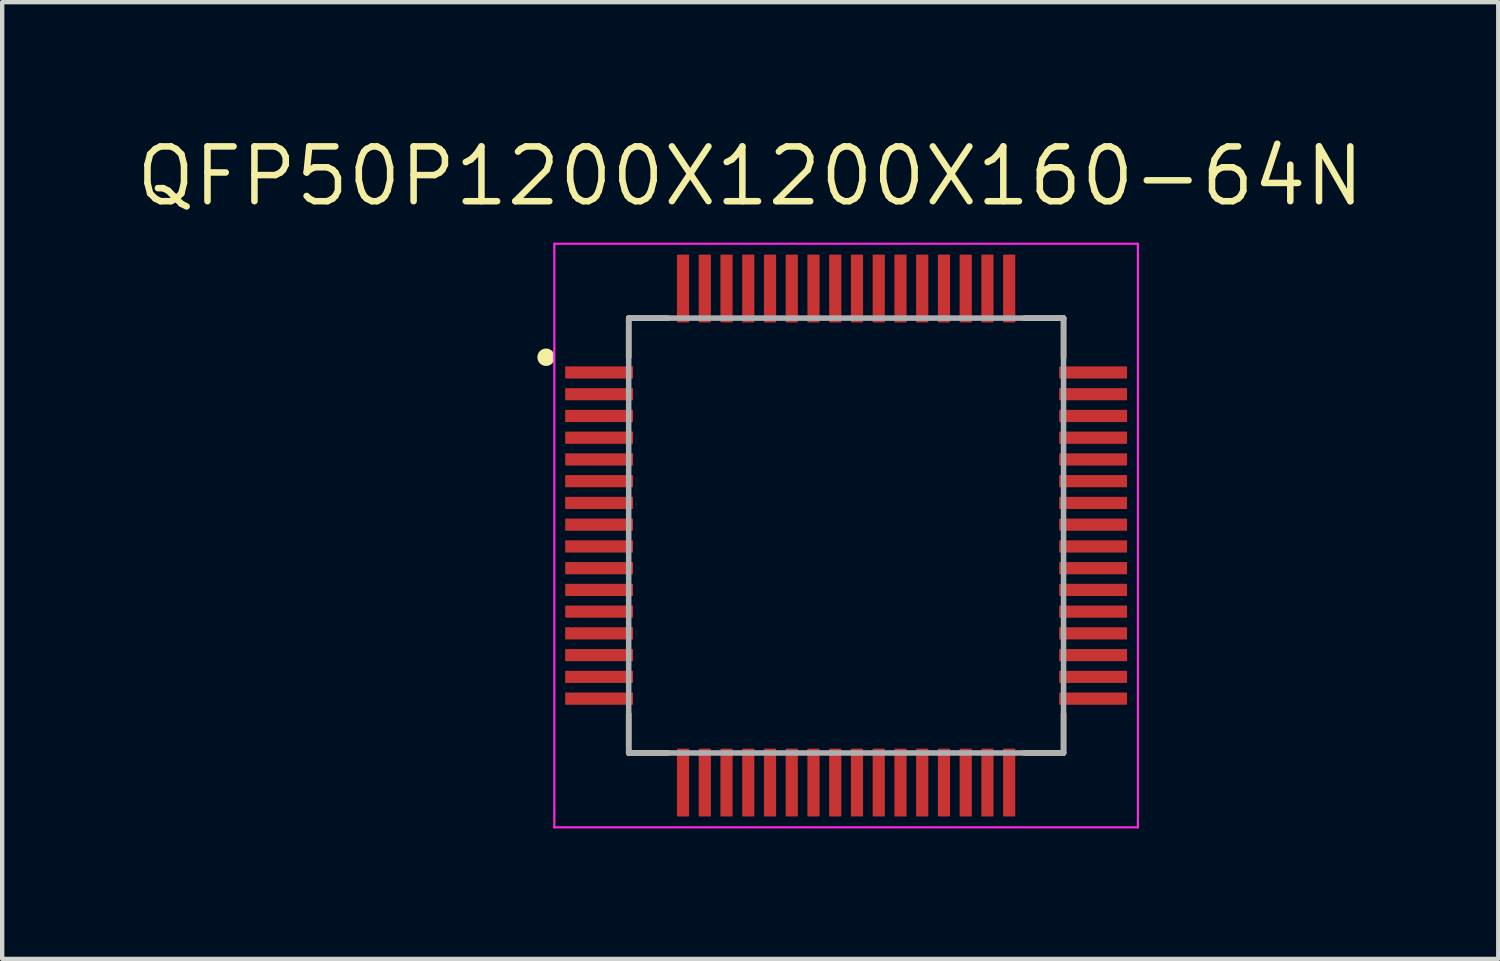
<source format=kicad_pcb>
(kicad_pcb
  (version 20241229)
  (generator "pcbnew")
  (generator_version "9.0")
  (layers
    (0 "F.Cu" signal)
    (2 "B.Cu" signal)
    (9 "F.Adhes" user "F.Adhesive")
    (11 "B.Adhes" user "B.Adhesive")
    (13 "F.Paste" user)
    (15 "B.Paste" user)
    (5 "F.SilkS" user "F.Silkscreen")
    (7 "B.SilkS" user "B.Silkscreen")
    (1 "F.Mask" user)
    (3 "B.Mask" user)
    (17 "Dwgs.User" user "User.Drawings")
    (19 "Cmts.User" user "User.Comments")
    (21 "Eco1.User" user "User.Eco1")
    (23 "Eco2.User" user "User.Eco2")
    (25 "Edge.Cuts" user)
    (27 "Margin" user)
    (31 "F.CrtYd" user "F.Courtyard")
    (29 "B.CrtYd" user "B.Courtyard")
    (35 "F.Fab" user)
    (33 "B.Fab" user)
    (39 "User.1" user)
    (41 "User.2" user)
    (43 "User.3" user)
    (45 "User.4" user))
  (footprint "QFP50P1200X1200X160-64N"
    (layer "F.Cu")
    (at 16.407 9.265)
    (property "Reference" "QFP50P1200X1200X160-64N" (at -2.206 -8.264 0) (layer "F.SilkS") (effects (font (size 1.26 1.26) (thickness 0.15))))
    (attr through_hole)
    (fp_line (start -5 -5) (end -4.1 -5) (stroke (width 0.127) (type solid)) (layer "F.SilkS"))
    (fp_line (start -5 -4.1) (end -5 -5) (stroke (width 0.127) (type solid)) (layer "F.SilkS"))
    (fp_line (start -5 4.1) (end -5 5) (stroke (width 0.127) (type solid)) (layer "F.SilkS"))
    (fp_line (start -5 5) (end -4.1 5) (stroke (width 0.127) (type solid)) (layer "F.SilkS"))
    (fp_line (start 4.1 -5) (end 5 -5) (stroke (width 0.127) (type solid)) (layer "F.SilkS"))
    (fp_line (start 5 -5) (end 5 -4.1) (stroke (width 0.127) (type solid)) (layer "F.SilkS"))
    (fp_line (start 5 4.1) (end 5 5) (stroke (width 0.127) (type solid)) (layer "F.SilkS"))
    (fp_line (start 5 5) (end 4.1 5) (stroke (width 0.127) (type solid)) (layer "F.SilkS"))
    (fp_circle (center -6.9 -4.1) (end -6.8 -4.1) (stroke (width 0.2) (type solid)) (fill no) (layer "F.SilkS"))
    (fp_line (start -6.71 -6.71) (end 6.71 -6.71) (stroke (width 0.05) (type solid)) (layer "F.CrtYd"))
    (fp_line (start -6.71 6.71) (end -6.71 -6.71) (stroke (width 0.05) (type solid)) (layer "F.CrtYd"))
    (fp_line (start 6.71 -6.71) (end 6.71 6.71) (stroke (width 0.05) (type solid)) (layer "F.CrtYd"))
    (fp_line (start 6.71 6.71) (end -6.71 6.71) (stroke (width 0.05) (type solid)) (layer "F.CrtYd"))
    (fp_line (start -5 -5) (end -5 5) (stroke (width 0.127) (type solid)) (layer "F.Fab"))
    (fp_line (start -5 5) (end 5 5) (stroke (width 0.127) (type solid)) (layer "F.Fab"))
    (fp_line (start 5 -5) (end -5 -5) (stroke (width 0.127) (type solid)) (layer "F.Fab"))
    (fp_line (start 5 5) (end 5 -5) (stroke (width 0.127) (type solid)) (layer "F.Fab"))
    (pad "1" smd roundrect (at -5.68 -3.75) (size 1.56 0.28) (layers "F.Cu" "F.Mask" "F.Paste") (roundrect_rratio 0.04))
    (pad "2" smd roundrect (at -5.68 -3.25) (size 1.56 0.28) (layers "F.Cu" "F.Mask" "F.Paste") (roundrect_rratio 0.04))
    (pad "3" smd roundrect (at -5.68 -2.75) (size 1.56 0.28) (layers "F.Cu" "F.Mask" "F.Paste") (roundrect_rratio 0.04))
    (pad "4" smd roundrect (at -5.68 -2.25) (size 1.56 0.28) (layers "F.Cu" "F.Mask" "F.Paste") (roundrect_rratio 0.04))
    (pad "5" smd roundrect (at -5.68 -1.75) (size 1.56 0.28) (layers "F.Cu" "F.Mask" "F.Paste") (roundrect_rratio 0.04))
    (pad "6" smd roundrect (at -5.68 -1.25) (size 1.56 0.28) (layers "F.Cu" "F.Mask" "F.Paste") (roundrect_rratio 0.04))
    (pad "7" smd roundrect (at -5.68 -0.75) (size 1.56 0.28) (layers "F.Cu" "F.Mask" "F.Paste") (roundrect_rratio 0.04))
    (pad "8" smd roundrect (at -5.68 -0.25) (size 1.56 0.28) (layers "F.Cu" "F.Mask" "F.Paste") (roundrect_rratio 0.04))
    (pad "9" smd roundrect (at -5.68 0.25) (size 1.56 0.28) (layers "F.Cu" "F.Mask" "F.Paste") (roundrect_rratio 0.04))
    (pad "10" smd roundrect (at -5.68 0.75) (size 1.56 0.28) (layers "F.Cu" "F.Mask" "F.Paste") (roundrect_rratio 0.04))
    (pad "11" smd roundrect (at -5.68 1.25) (size 1.56 0.28) (layers "F.Cu" "F.Mask" "F.Paste") (roundrect_rratio 0.04))
    (pad "12" smd roundrect (at -5.68 1.75) (size 1.56 0.28) (layers "F.Cu" "F.Mask" "F.Paste") (roundrect_rratio 0.04))
    (pad "13" smd roundrect (at -5.68 2.25) (size 1.56 0.28) (layers "F.Cu" "F.Mask" "F.Paste") (roundrect_rratio 0.04))
    (pad "14" smd roundrect (at -5.68 2.75) (size 1.56 0.28) (layers "F.Cu" "F.Mask" "F.Paste") (roundrect_rratio 0.04))
    (pad "15" smd roundrect (at -5.68 3.25) (size 1.56 0.28) (layers "F.Cu" "F.Mask" "F.Paste") (roundrect_rratio 0.04))
    (pad "16" smd roundrect (at -5.68 3.75) (size 1.56 0.28) (layers "F.Cu" "F.Mask" "F.Paste") (roundrect_rratio 0.04))
    (pad "17" smd roundrect (at -3.75 5.68 90) (size 1.56 0.28) (layers "F.Cu" "F.Mask" "F.Paste") (roundrect_rratio 0.04))
    (pad "18" smd roundrect (at -3.25 5.68 90) (size 1.56 0.28) (layers "F.Cu" "F.Mask" "F.Paste") (roundrect_rratio 0.04))
    (pad "19" smd roundrect (at -2.75 5.68 90) (size 1.56 0.28) (layers "F.Cu" "F.Mask" "F.Paste") (roundrect_rratio 0.04))
    (pad "20" smd roundrect (at -2.25 5.68 90) (size 1.56 0.28) (layers "F.Cu" "F.Mask" "F.Paste") (roundrect_rratio 0.04))
    (pad "21" smd roundrect (at -1.75 5.68 90) (size 1.56 0.28) (layers "F.Cu" "F.Mask" "F.Paste") (roundrect_rratio 0.04))
    (pad "22" smd roundrect (at -1.25 5.68 90) (size 1.56 0.28) (layers "F.Cu" "F.Mask" "F.Paste") (roundrect_rratio 0.04))
    (pad "23" smd roundrect (at -0.75 5.68 90) (size 1.56 0.28) (layers "F.Cu" "F.Mask" "F.Paste") (roundrect_rratio 0.04))
    (pad "24" smd roundrect (at -0.25 5.68 90) (size 1.56 0.28) (layers "F.Cu" "F.Mask" "F.Paste") (roundrect_rratio 0.04))
    (pad "25" smd roundrect (at 0.25 5.68 90) (size 1.56 0.28) (layers "F.Cu" "F.Mask" "F.Paste") (roundrect_rratio 0.04))
    (pad "26" smd roundrect (at 0.75 5.68 90) (size 1.56 0.28) (layers "F.Cu" "F.Mask" "F.Paste") (roundrect_rratio 0.04))
    (pad "27" smd roundrect (at 1.25 5.68 90) (size 1.56 0.28) (layers "F.Cu" "F.Mask" "F.Paste") (roundrect_rratio 0.04))
    (pad "28" smd roundrect (at 1.75 5.68 90) (size 1.56 0.28) (layers "F.Cu" "F.Mask" "F.Paste") (roundrect_rratio 0.04))
    (pad "29" smd roundrect (at 2.25 5.68 90) (size 1.56 0.28) (layers "F.Cu" "F.Mask" "F.Paste") (roundrect_rratio 0.04))
    (pad "30" smd roundrect (at 2.75 5.68 90) (size 1.56 0.28) (layers "F.Cu" "F.Mask" "F.Paste") (roundrect_rratio 0.04))
    (pad "31" smd roundrect (at 3.25 5.68 90) (size 1.56 0.28) (layers "F.Cu" "F.Mask" "F.Paste") (roundrect_rratio 0.04))
    (pad "32" smd roundrect (at 3.75 5.68 90) (size 1.56 0.28) (layers "F.Cu" "F.Mask" "F.Paste") (roundrect_rratio 0.04))
    (pad "33" smd roundrect (at 5.68 3.75 180) (size 1.56 0.28) (layers "F.Cu" "F.Mask" "F.Paste") (roundrect_rratio 0.04))
    (pad "34" smd roundrect (at 5.68 3.25 180) (size 1.56 0.28) (layers "F.Cu" "F.Mask" "F.Paste") (roundrect_rratio 0.04))
    (pad "35" smd roundrect (at 5.68 2.75 180) (size 1.56 0.28) (layers "F.Cu" "F.Mask" "F.Paste") (roundrect_rratio 0.04))
    (pad "36" smd roundrect (at 5.68 2.25 180) (size 1.56 0.28) (layers "F.Cu" "F.Mask" "F.Paste") (roundrect_rratio 0.04))
    (pad "37" smd roundrect (at 5.68 1.75 180) (size 1.56 0.28) (layers "F.Cu" "F.Mask" "F.Paste") (roundrect_rratio 0.04))
    (pad "38" smd roundrect (at 5.68 1.25 180) (size 1.56 0.28) (layers "F.Cu" "F.Mask" "F.Paste") (roundrect_rratio 0.04))
    (pad "39" smd roundrect (at 5.68 0.75 180) (size 1.56 0.28) (layers "F.Cu" "F.Mask" "F.Paste") (roundrect_rratio 0.04))
    (pad "40" smd roundrect (at 5.68 0.25 180) (size 1.56 0.28) (layers "F.Cu" "F.Mask" "F.Paste") (roundrect_rratio 0.04))
    (pad "41" smd roundrect (at 5.68 -0.25 180) (size 1.56 0.28) (layers "F.Cu" "F.Mask" "F.Paste") (roundrect_rratio 0.04))
    (pad "42" smd roundrect (at 5.68 -0.75 180) (size 1.56 0.28) (layers "F.Cu" "F.Mask" "F.Paste") (roundrect_rratio 0.04))
    (pad "43" smd roundrect (at 5.68 -1.25 180) (size 1.56 0.28) (layers "F.Cu" "F.Mask" "F.Paste") (roundrect_rratio 0.04))
    (pad "44" smd roundrect (at 5.68 -1.75 180) (size 1.56 0.28) (layers "F.Cu" "F.Mask" "F.Paste") (roundrect_rratio 0.04))
    (pad "45" smd roundrect (at 5.68 -2.25 180) (size 1.56 0.28) (layers "F.Cu" "F.Mask" "F.Paste") (roundrect_rratio 0.04))
    (pad "46" smd roundrect (at 5.68 -2.75 180) (size 1.56 0.28) (layers "F.Cu" "F.Mask" "F.Paste") (roundrect_rratio 0.04))
    (pad "47" smd roundrect (at 5.68 -3.25 180) (size 1.56 0.28) (layers "F.Cu" "F.Mask" "F.Paste") (roundrect_rratio 0.04))
    (pad "48" smd roundrect (at 5.68 -3.75 180) (size 1.56 0.28) (layers "F.Cu" "F.Mask" "F.Paste") (roundrect_rratio 0.04))
    (pad "49" smd roundrect (at 3.75 -5.68 270) (size 1.56 0.28) (layers "F.Cu" "F.Mask" "F.Paste") (roundrect_rratio 0.04))
    (pad "50" smd roundrect (at 3.25 -5.68 270) (size 1.56 0.28) (layers "F.Cu" "F.Mask" "F.Paste") (roundrect_rratio 0.04))
    (pad "51" smd roundrect (at 2.75 -5.68 270) (size 1.56 0.28) (layers "F.Cu" "F.Mask" "F.Paste") (roundrect_rratio 0.04))
    (pad "52" smd roundrect (at 2.25 -5.68 270) (size 1.56 0.28) (layers "F.Cu" "F.Mask" "F.Paste") (roundrect_rratio 0.04))
    (pad "53" smd roundrect (at 1.75 -5.68 270) (size 1.56 0.28) (layers "F.Cu" "F.Mask" "F.Paste") (roundrect_rratio 0.04))
    (pad "54" smd roundrect (at 1.25 -5.68 270) (size 1.56 0.28) (layers "F.Cu" "F.Mask" "F.Paste") (roundrect_rratio 0.04))
    (pad "55" smd roundrect (at 0.75 -5.68 270) (size 1.56 0.28) (layers "F.Cu" "F.Mask" "F.Paste") (roundrect_rratio 0.04))
    (pad "56" smd roundrect (at 0.25 -5.68 270) (size 1.56 0.28) (layers "F.Cu" "F.Mask" "F.Paste") (roundrect_rratio 0.04))
    (pad "57" smd roundrect (at -0.25 -5.68 270) (size 1.56 0.28) (layers "F.Cu" "F.Mask" "F.Paste") (roundrect_rratio 0.04))
    (pad "58" smd roundrect (at -0.75 -5.68 270) (size 1.56 0.28) (layers "F.Cu" "F.Mask" "F.Paste") (roundrect_rratio 0.04))
    (pad "59" smd roundrect (at -1.25 -5.68 270) (size 1.56 0.28) (layers "F.Cu" "F.Mask" "F.Paste") (roundrect_rratio 0.04))
    (pad "60" smd roundrect (at -1.75 -5.68 270) (size 1.56 0.28) (layers "F.Cu" "F.Mask" "F.Paste") (roundrect_rratio 0.04))
    (pad "61" smd roundrect (at -2.25 -5.68 270) (size 1.56 0.28) (layers "F.Cu" "F.Mask" "F.Paste") (roundrect_rratio 0.04))
    (pad "62" smd roundrect (at -2.75 -5.68 270) (size 1.56 0.28) (layers "F.Cu" "F.Mask" "F.Paste") (roundrect_rratio 0.04))
    (pad "63" smd roundrect (at -3.25 -5.68 270) (size 1.56 0.28) (layers "F.Cu" "F.Mask" "F.Paste") (roundrect_rratio 0.04))
    (pad "64" smd roundrect (at -3.75 -5.68 270) (size 1.56 0.28) (layers "F.Cu" "F.Mask" "F.Paste") (roundrect_rratio 0.04)))
  (gr_rect
    (start -3 -3)
    (end 31.403 19)
    (stroke (width 0.1) (type default))
    (fill no)
    (layer "Edge.Cuts")))
</source>
